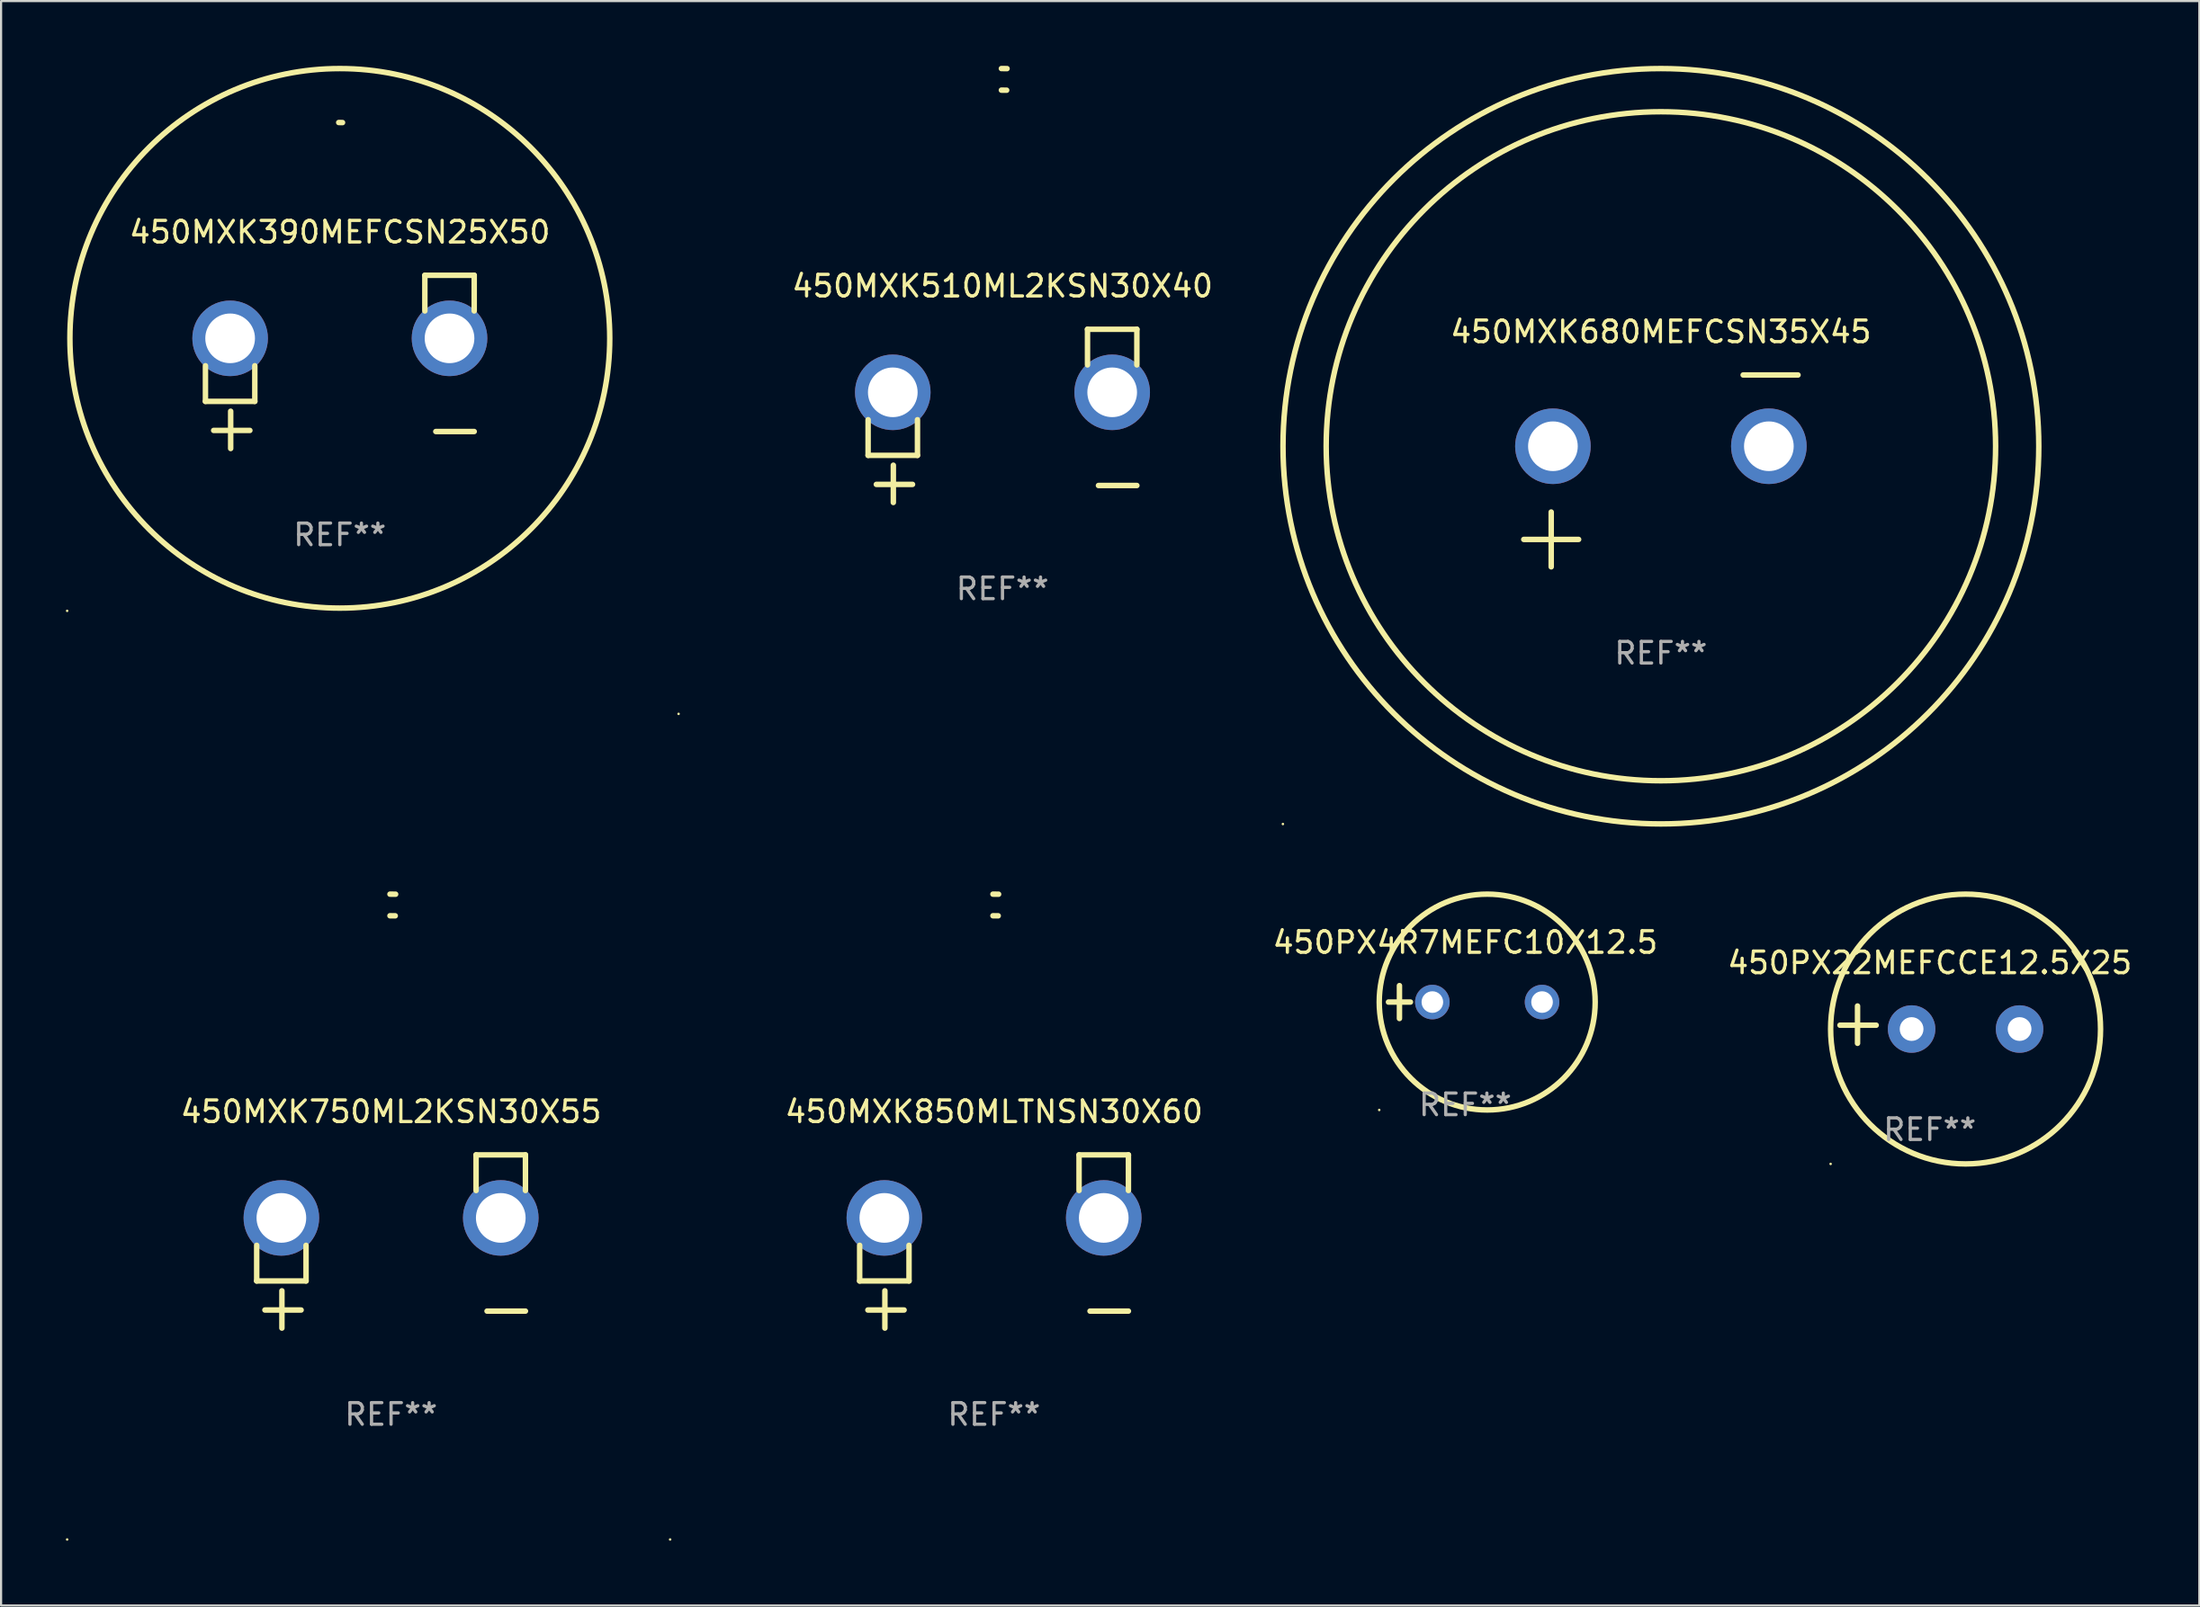
<source format=kicad_pcb>
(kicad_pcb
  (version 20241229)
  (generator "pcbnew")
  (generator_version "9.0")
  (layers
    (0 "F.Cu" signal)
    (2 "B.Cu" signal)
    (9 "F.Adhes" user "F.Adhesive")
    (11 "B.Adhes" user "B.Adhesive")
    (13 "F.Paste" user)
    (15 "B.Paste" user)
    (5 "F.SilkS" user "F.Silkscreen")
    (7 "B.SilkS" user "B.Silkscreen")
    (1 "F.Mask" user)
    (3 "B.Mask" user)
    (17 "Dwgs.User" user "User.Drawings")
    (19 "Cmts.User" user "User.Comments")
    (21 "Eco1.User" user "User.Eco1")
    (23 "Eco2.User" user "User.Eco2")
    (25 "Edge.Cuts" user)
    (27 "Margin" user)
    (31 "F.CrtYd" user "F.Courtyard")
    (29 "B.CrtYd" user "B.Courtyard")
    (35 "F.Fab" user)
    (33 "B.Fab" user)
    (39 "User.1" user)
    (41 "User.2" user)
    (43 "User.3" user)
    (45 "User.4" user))
  (footprint "450PX22MEFCCE12.5X25"
    (layer "F.Cu")
    (at 86.316 44.428)
    (property "Reference" "450PX22MEFCCE12.5X25" (at 0 -2.864 0) (layer "F.SilkS") (effects (font (size 1 1) (thickness 0.15))))
    (attr through_hole)
    (fp_line (start -3.346 0.864) (end -3.346 -0.864) (stroke (width 0.254) (type solid)) (layer "F.SilkS"))
    (fp_line (start -2.482 0.025) (end -4.158 0.025) (stroke (width 0.254) (type solid)) (layer "F.SilkS"))
    (fp_circle (center -4.592 6.453) (end -4.562 6.453) (stroke (width 0.06) (type solid)) (fill no) (layer "F.SilkS"))
    (fp_circle (center 1.658 0.203) (end 7.908 0.203) (stroke (width 0.254) (type solid)) (fill no) (layer "F.SilkS"))
    (fp_text user "REF**" (at 0 4.864 0) (layer "F.Fab") (effects (font (size 1 1) (thickness 0.15))))
    (pad "1" thru_hole circle (at -0.842 0.203) (size 2.2 2.2) (drill 1.1) (layers "*.Cu" "*.Mask"))
    (pad "2" thru_hole circle (at 4.158 0.203) (size 2.2 2.2) (drill 1.1) (layers "*.Cu" "*.Mask")))
  (footprint "450MXK680MEFCSN35X45"
    (layer "F.Cu")
    (at 73.864 18.77)
    (property "Reference" "450MXK680MEFCSN35X45" (at 0 -6.445 0) (layer "F.SilkS") (effects (font (size 1 1) (thickness 0.15))))
    (attr through_hole)
    (fp_line (start -6.35 3.175) (end -3.81 3.175) (stroke (width 0.254) (type solid)) (layer "F.SilkS"))
    (fp_line (start -5.08 1.905) (end -5.08 4.445) (stroke (width 0.254) (type solid)) (layer "F.SilkS"))
    (fp_line (start 3.81 -4.445) (end 6.35 -4.445) (stroke (width 0.254) (type solid)) (layer "F.SilkS"))
    (fp_circle (center -17.505 16.362) (end -17.475 16.362) (stroke (width 0.06) (type solid)) (fill no) (layer "F.SilkS"))
    (fp_circle (center 0 -1.143) (end 15.5 -1.143) (stroke (width 0.254) (type solid)) (fill no) (layer "F.SilkS"))
    (fp_circle (center 0 -1.143) (end 17.5 -1.143) (stroke (width 0.254) (type solid)) (fill no) (layer "F.SilkS"))
    (fp_text user "REF**" (at 0 8.445 0) (layer "F.Fab") (effects (font (size 1 1) (thickness 0.15))))
    (pad "1" thru_hole circle (at -5 -1.143) (size 3.5 3.5) (drill 2.3) (layers "*.Cu" "*.Mask"))
    (pad "2" thru_hole circle (at 5 -1.143) (size 3.5 3.5) (drill 2.3) (layers "*.Cu" "*.Mask")))
  (footprint "450MXK390MEFCSN25X50"
    (layer "F.Cu")
    (at 12.687 13.719)
    (property "Reference" "450MXK390MEFCSN25X50" (at 0 -6.013 0) (layer "F.SilkS") (effects (font (size 1 1) (thickness 0.15))))
    (attr through_hole)
    (fp_line (start -6.223 0.178) (end -6.223 1.829) (stroke (width 0.254) (type solid)) (layer "F.SilkS"))
    (fp_line (start -6.223 1.829) (end -3.937 1.829) (stroke (width 0.254) (type solid)) (layer "F.SilkS"))
    (fp_line (start -5.055 4.013) (end -5.055 2.286) (stroke (width 0.254) (type solid)) (layer "F.SilkS"))
    (fp_line (start -4.166 3.175) (end -5.842 3.175) (stroke (width 0.254) (type solid)) (layer "F.SilkS"))
    (fp_line (start -3.937 1.829) (end -3.937 0.178) (stroke (width 0.254) (type solid)) (layer "F.SilkS"))
    (fp_line (start 3.937 -4.013) (end 3.937 -2.362) (stroke (width 0.254) (type solid)) (layer "F.SilkS"))
    (fp_line (start 6.223 -4.013) (end 3.937 -4.013) (stroke (width 0.254) (type solid)) (layer "F.SilkS"))
    (fp_line (start 6.223 -2.362) (end 6.223 -4.013) (stroke (width 0.254) (type solid)) (layer "F.SilkS"))
    (fp_line (start 6.223 3.226) (end 4.445 3.226) (stroke (width 0.254) (type solid)) (layer "F.SilkS"))
    (fp_arc (start -0.0508 -11.092202) (mid 0.036835 -11.091307) (end 0.12446 -11.089662) (stroke (width 0.254001) (type solid)) (layer "F.SilkS"))
    (fp_circle (center -12.627 11.535) (end -12.597 11.535) (stroke (width 0.06) (type solid)) (fill no) (layer "F.SilkS"))
    (fp_circle (center 0 -1.092) (end 12.5 -1.092) (stroke (width 0.254) (type solid)) (fill no) (layer "F.SilkS"))
    (fp_text user "REF**" (at 0 8.013 0) (layer "F.Fab") (effects (font (size 1 1) (thickness 0.15))))
    (pad "1" thru_hole circle (at -5.08 -1.092) (size 3.5 3.5) (drill 2.3) (layers "*.Cu" "*.Mask"))
    (pad "2" thru_hole circle (at 5.08 -1.092) (size 3.5 3.5) (drill 2.3) (layers "*.Cu" "*.Mask")))
  (footprint "450PX4R7MEFC10X12.5"
    (layer "F.Cu")
    (at 64.805 43.381)
    (property "Reference" "450PX4R7MEFC10X12.5" (at 0 -2.762 0) (layer "F.SilkS") (effects (font (size 1 1) (thickness 0.15))))
    (attr through_hole)
    (fp_line (start -3.556 0) (end -2.54 0) (stroke (width 0.254) (type solid)) (layer "F.SilkS"))
    (fp_line (start -3.048 -0.762) (end -3.048 0.762) (stroke (width 0.254) (type solid)) (layer "F.SilkS"))
    (fp_circle (center -3.984 5) (end -3.954 5) (stroke (width 0.06) (type solid)) (fill no) (layer "F.SilkS"))
    (fp_circle (center 1.016 0) (end 6.016 0) (stroke (width 0.254) (type solid)) (fill no) (layer "F.SilkS"))
    (fp_text user "REF**" (at 0 4.762 0) (layer "F.Fab") (effects (font (size 1 1) (thickness 0.15))))
    (pad "1" thru_hole circle (at -1.524 0) (size 1.6 1.6) (drill 1) (layers "*.Cu" "*.Mask"))
    (pad "2" thru_hole circle (at 3.556 0) (size 1.6 1.6) (drill 1) (layers "*.Cu" "*.Mask")))
  (footprint "450MXK850MLTNSN30X60"
    (layer "F.Cu")
    (at 42.983 54.475)
    (property "Reference" "450MXK850MLTNSN30X60" (at 0 -6.013 0) (layer "F.SilkS") (effects (font (size 1 1) (thickness 0.15))))
    (attr through_hole)
    (fp_line (start -6.223 0.178) (end -6.223 1.829) (stroke (width 0.254) (type solid)) (layer "F.SilkS"))
    (fp_line (start -6.223 1.829) (end -3.937 1.829) (stroke (width 0.254) (type solid)) (layer "F.SilkS"))
    (fp_line (start -5.055 4.013) (end -5.055 2.286) (stroke (width 0.254) (type solid)) (layer "F.SilkS"))
    (fp_line (start -4.166 3.175) (end -5.842 3.175) (stroke (width 0.254) (type solid)) (layer "F.SilkS"))
    (fp_line (start -3.937 1.829) (end -3.937 0.178) (stroke (width 0.254) (type solid)) (layer "F.SilkS"))
    (fp_line (start 3.937 -4.013) (end 3.937 -2.362) (stroke (width 0.254) (type solid)) (layer "F.SilkS"))
    (fp_line (start 6.223 -4.013) (end 3.937 -4.013) (stroke (width 0.254) (type solid)) (layer "F.SilkS"))
    (fp_line (start 6.223 -2.362) (end 6.223 -4.013) (stroke (width 0.254) (type solid)) (layer "F.SilkS"))
    (fp_line (start 6.223 3.226) (end 4.445 3.226) (stroke (width 0.254) (type solid)) (layer "F.SilkS"))
    (fp_arc (start -0.0508 -16.093472) (mid 0.080016 -16.092762) (end 0.210821 -16.090932) (stroke (width 0.254001) (type solid)) (layer "F.SilkS"))
    (fp_arc (start -0.0508 -15.09271) (mid 0.071125 -15.091961) (end 0.19304 -15.09017) (stroke (width 0.254001) (type solid)) (layer "F.SilkS"))
    (fp_circle (center -15 13.808) (end -14.97 13.808) (stroke (width 0.06) (type solid)) (fill no) (layer "F.SilkS"))
    (fp_text user "REF**" (at 0 8.013 0) (layer "F.Fab") (effects (font (size 1 1) (thickness 0.15))))
    (pad "1" thru_hole circle (at -5.08 -1.092) (size 3.5 3.5) (drill 2.3) (layers "*.Cu" "*.Mask"))
    (pad "2" thru_hole circle (at 5.08 -1.092) (size 3.5 3.5) (drill 2.3) (layers "*.Cu" "*.Mask")))
  (footprint "450MXK510ML2KSN30X40"
    (layer "F.Cu")
    (at 43.374 16.22)
    (property "Reference" "450MXK510ML2KSN30X40" (at 0 -6.013 0) (layer "F.SilkS") (effects (font (size 1 1) (thickness 0.15))))
    (attr through_hole)
    (fp_line (start -6.223 0.178) (end -6.223 1.829) (stroke (width 0.254) (type solid)) (layer "F.SilkS"))
    (fp_line (start -6.223 1.829) (end -3.937 1.829) (stroke (width 0.254) (type solid)) (layer "F.SilkS"))
    (fp_line (start -5.055 4.013) (end -5.055 2.286) (stroke (width 0.254) (type solid)) (layer "F.SilkS"))
    (fp_line (start -4.166 3.175) (end -5.842 3.175) (stroke (width 0.254) (type solid)) (layer "F.SilkS"))
    (fp_line (start -3.937 1.829) (end -3.937 0.178) (stroke (width 0.254) (type solid)) (layer "F.SilkS"))
    (fp_line (start 3.937 -4.013) (end 3.937 -2.362) (stroke (width 0.254) (type solid)) (layer "F.SilkS"))
    (fp_line (start 6.223 -4.013) (end 3.937 -4.013) (stroke (width 0.254) (type solid)) (layer "F.SilkS"))
    (fp_line (start 6.223 -2.362) (end 6.223 -4.013) (stroke (width 0.254) (type solid)) (layer "F.SilkS"))
    (fp_line (start 6.223 3.226) (end 4.445 3.226) (stroke (width 0.254) (type solid)) (layer "F.SilkS"))
    (fp_arc (start -0.0508 -16.093472) (mid 0.080016 -16.092762) (end 0.210821 -16.090932) (stroke (width 0.254001) (type solid)) (layer "F.SilkS"))
    (fp_arc (start -0.0508 -15.09271) (mid 0.071125 -15.091961) (end 0.19304 -15.09017) (stroke (width 0.254001) (type solid)) (layer "F.SilkS"))
    (fp_circle (center -15 13.808) (end -14.97 13.808) (stroke (width 0.06) (type solid)) (fill no) (layer "F.SilkS"))
    (fp_text user "REF**" (at 0 8.013 0) (layer "F.Fab") (effects (font (size 1 1) (thickness 0.15))))
    (pad "1" thru_hole circle (at -5.08 -1.092) (size 3.5 3.5) (drill 2.3) (layers "*.Cu" "*.Mask"))
    (pad "2" thru_hole circle (at 5.08 -1.092) (size 3.5 3.5) (drill 2.3) (layers "*.Cu" "*.Mask")))
  (footprint "450MXK750ML2KSN30X55"
    (layer "F.Cu")
    (at 15.06 54.475)
    (property "Reference" "450MXK750ML2KSN30X55" (at 0 -6.013 0) (layer "F.SilkS") (effects (font (size 1 1) (thickness 0.15))))
    (attr through_hole)
    (fp_line (start -6.223 0.178) (end -6.223 1.829) (stroke (width 0.254) (type solid)) (layer "F.SilkS"))
    (fp_line (start -6.223 1.829) (end -3.937 1.829) (stroke (width 0.254) (type solid)) (layer "F.SilkS"))
    (fp_line (start -5.055 4.013) (end -5.055 2.286) (stroke (width 0.254) (type solid)) (layer "F.SilkS"))
    (fp_line (start -4.166 3.175) (end -5.842 3.175) (stroke (width 0.254) (type solid)) (layer "F.SilkS"))
    (fp_line (start -3.937 1.829) (end -3.937 0.178) (stroke (width 0.254) (type solid)) (layer "F.SilkS"))
    (fp_line (start 3.937 -4.013) (end 3.937 -2.362) (stroke (width 0.254) (type solid)) (layer "F.SilkS"))
    (fp_line (start 6.223 -4.013) (end 3.937 -4.013) (stroke (width 0.254) (type solid)) (layer "F.SilkS"))
    (fp_line (start 6.223 -2.362) (end 6.223 -4.013) (stroke (width 0.254) (type solid)) (layer "F.SilkS"))
    (fp_line (start 6.223 3.226) (end 4.445 3.226) (stroke (width 0.254) (type solid)) (layer "F.SilkS"))
    (fp_arc (start -0.0508 -16.093472) (mid 0.080016 -16.092762) (end 0.210821 -16.090932) (stroke (width 0.254001) (type solid)) (layer "F.SilkS"))
    (fp_arc (start -0.0508 -15.09271) (mid 0.071125 -15.091961) (end 0.19304 -15.09017) (stroke (width 0.254001) (type solid)) (layer "F.SilkS"))
    (fp_circle (center -15 13.808) (end -14.97 13.808) (stroke (width 0.06) (type solid)) (fill no) (layer "F.SilkS"))
    (fp_text user "REF**" (at 0 8.013 0) (layer "F.Fab") (effects (font (size 1 1) (thickness 0.15))))
    (pad "1" thru_hole circle (at -5.08 -1.092) (size 3.5 3.5) (drill 2.3) (layers "*.Cu" "*.Mask"))
    (pad "2" thru_hole circle (at 5.08 -1.092) (size 3.5 3.5) (drill 2.3) (layers "*.Cu" "*.Mask")))
  (gr_rect
    (start -3 -3)
    (end 98.799 71.343)
    (stroke (width 0.1) (type default))
    (fill no)
    (layer "Edge.Cuts")))
</source>
